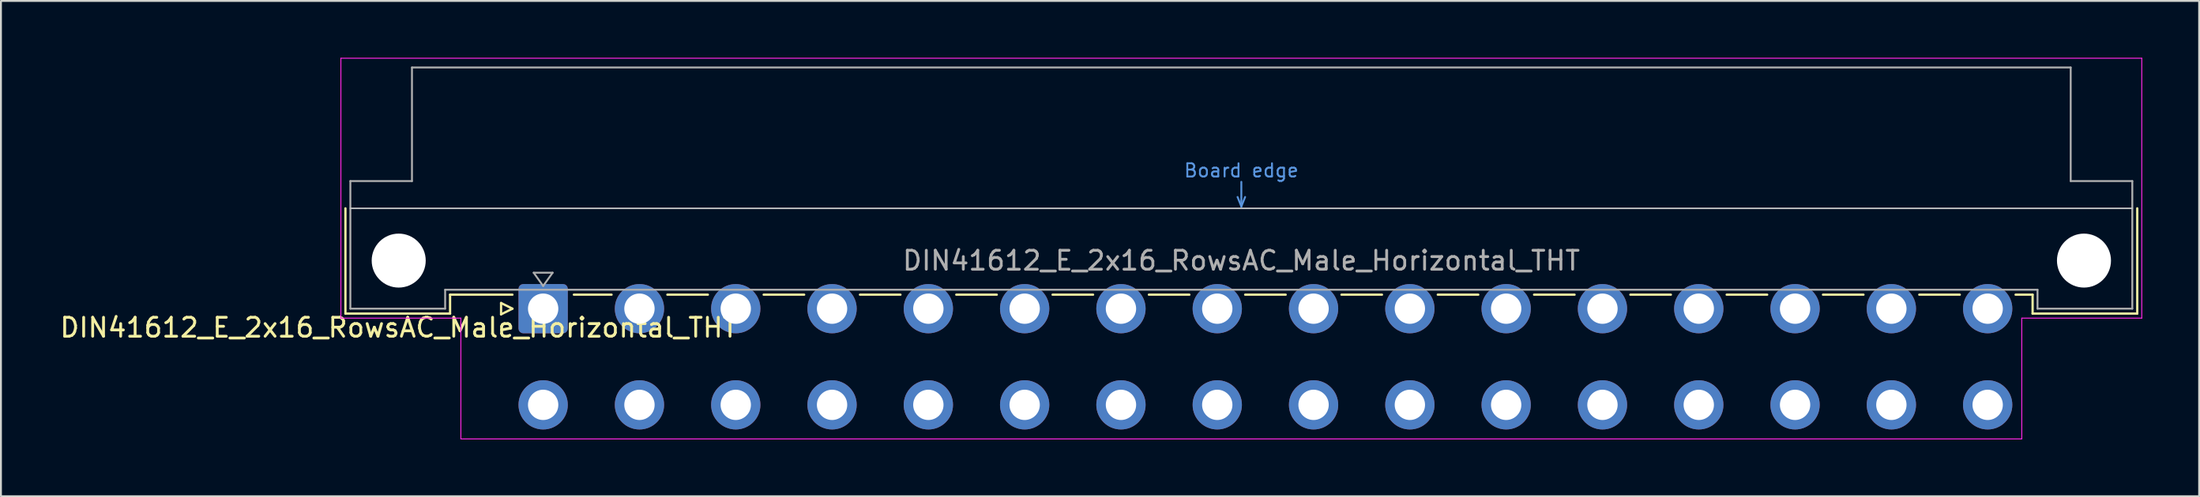
<source format=kicad_pcb>
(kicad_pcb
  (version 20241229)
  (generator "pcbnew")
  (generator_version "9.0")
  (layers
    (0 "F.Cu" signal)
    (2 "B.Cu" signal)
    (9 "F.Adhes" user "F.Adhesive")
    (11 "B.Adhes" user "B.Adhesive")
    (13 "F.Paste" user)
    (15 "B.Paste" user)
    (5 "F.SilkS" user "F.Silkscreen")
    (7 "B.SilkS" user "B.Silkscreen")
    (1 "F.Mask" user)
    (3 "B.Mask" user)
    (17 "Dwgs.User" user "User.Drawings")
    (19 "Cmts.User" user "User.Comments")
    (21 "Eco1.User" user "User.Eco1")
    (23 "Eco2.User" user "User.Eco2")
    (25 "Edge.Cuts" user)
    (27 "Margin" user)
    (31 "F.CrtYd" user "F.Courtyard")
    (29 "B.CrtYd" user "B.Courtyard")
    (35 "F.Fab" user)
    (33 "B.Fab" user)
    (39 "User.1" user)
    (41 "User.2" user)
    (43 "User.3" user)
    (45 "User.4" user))
  (footprint "DIN41612_E_2x16_RowsAC_Male_Horizontal_THT"
    (layer "F.Cu")
    (at 23.062 13.255)
    (property "Reference" "DIN41612_E_2x16_RowsAC_Male_Horizontal_THT" (at -5.08 1 0) (layer "F.SilkS") (effects (font (size 1 1) (thickness 0.15))))
    (attr through_hole)
    (fp_line (start -7.89 -5.3) (end -7.89 0.26) (stroke (width 0.12) (type solid)) (layer "F.SilkS"))
    (fp_line (start -7.89 0.26) (end -2.37 0.26) (stroke (width 0.12) (type solid)) (layer "F.SilkS"))
    (fp_line (start -2.371 -0.74) (end 0.92 -0.74) (stroke (width 0.12) (type solid)) (layer "F.SilkS"))
    (fp_line (start -2.37 0.26) (end -2.37 -0.74) (stroke (width 0.12) (type solid)) (layer "F.SilkS"))
    (fp_line (start 0.32 -0.3) (end 0.32 0.3) (stroke (width 0.12) (type solid)) (layer "F.SilkS"))
    (fp_line (start 0.32 0.3) (end 0.92 0) (stroke (width 0.12) (type solid)) (layer "F.SilkS"))
    (fp_line (start 0.92 0) (end 0.32 -0.3) (stroke (width 0.12) (type solid)) (layer "F.SilkS"))
    (fp_line (start 4.16 -0.74) (end 6.149 -0.74) (stroke (width 0.12) (type solid)) (layer "F.SilkS"))
    (fp_line (start 9.092 -0.74) (end 11.229 -0.74) (stroke (width 0.12) (type solid)) (layer "F.SilkS"))
    (fp_line (start 14.172 -0.74) (end 16.309 -0.74) (stroke (width 0.12) (type solid)) (layer "F.SilkS"))
    (fp_line (start 19.252 -0.74) (end 21.389 -0.74) (stroke (width 0.12) (type solid)) (layer "F.SilkS"))
    (fp_line (start 24.332 -0.74) (end 26.469 -0.74) (stroke (width 0.12) (type solid)) (layer "F.SilkS"))
    (fp_line (start 29.412 -0.74) (end 31.549 -0.74) (stroke (width 0.12) (type solid)) (layer "F.SilkS"))
    (fp_line (start 34.492 -0.74) (end 36.629 -0.74) (stroke (width 0.12) (type solid)) (layer "F.SilkS"))
    (fp_line (start 39.572 -0.74) (end 41.709 -0.74) (stroke (width 0.12) (type solid)) (layer "F.SilkS"))
    (fp_line (start 44.652 -0.74) (end 46.789 -0.74) (stroke (width 0.12) (type solid)) (layer "F.SilkS"))
    (fp_line (start 49.732 -0.74) (end 51.869 -0.74) (stroke (width 0.12) (type solid)) (layer "F.SilkS"))
    (fp_line (start 54.812 -0.74) (end 56.949 -0.74) (stroke (width 0.12) (type solid)) (layer "F.SilkS"))
    (fp_line (start 59.892 -0.74) (end 62.029 -0.74) (stroke (width 0.12) (type solid)) (layer "F.SilkS"))
    (fp_line (start 64.972 -0.74) (end 67.109 -0.74) (stroke (width 0.12) (type solid)) (layer "F.SilkS"))
    (fp_line (start 70.052 -0.74) (end 72.189 -0.74) (stroke (width 0.12) (type solid)) (layer "F.SilkS"))
    (fp_line (start 75.132 -0.74) (end 77.269 -0.74) (stroke (width 0.12) (type solid)) (layer "F.SilkS"))
    (fp_line (start 80.212 -0.74) (end 81.11 -0.74) (stroke (width 0.12) (type solid)) (layer "F.SilkS"))
    (fp_line (start 81.11 0.26) (end 81.11 -0.74) (stroke (width 0.12) (type solid)) (layer "F.SilkS"))
    (fp_line (start 86.63 -5.3) (end 86.63 0.26) (stroke (width 0.12) (type solid)) (layer "F.SilkS"))
    (fp_line (start 86.63 0.26) (end 81.11 0.26) (stroke (width 0.12) (type solid)) (layer "F.SilkS"))
    (fp_line (start -7.63 -5.3) (end 86.37 -5.3) (stroke (width 0.08) (type solid)) (layer "Dwgs.User"))
    (fp_line (start 39.17 -5.9) (end 39.37 -5.4) (stroke (width 0.1) (type solid)) (layer "Cmts.User"))
    (fp_line (start 39.37 -5.4) (end 39.37 -6.7) (stroke (width 0.1) (type solid)) (layer "Cmts.User"))
    (fp_line (start 39.37 -5.4) (end 39.57 -5.9) (stroke (width 0.1) (type solid)) (layer "Cmts.User"))
    (fp_line (start -8.13 -13.23) (end -8.13 0.5) (stroke (width 0.05) (type solid)) (layer "F.CrtYd"))
    (fp_line (start -8.13 0.5) (end -1.8 0.5) (stroke (width 0.05) (type solid)) (layer "F.CrtYd"))
    (fp_line (start -1.8 0.5) (end -1.8 6.88) (stroke (width 0.05) (type solid)) (layer "F.CrtYd"))
    (fp_line (start -1.8 6.88) (end 80.54 6.88) (stroke (width 0.05) (type solid)) (layer "F.CrtYd"))
    (fp_line (start 80.54 0.5) (end 86.87 0.5) (stroke (width 0.05) (type solid)) (layer "F.CrtYd"))
    (fp_line (start 80.54 6.88) (end 80.54 0.5) (stroke (width 0.05) (type solid)) (layer "F.CrtYd"))
    (fp_line (start 86.87 -13.23) (end -8.13 -13.23) (stroke (width 0.05) (type solid)) (layer "F.CrtYd"))
    (fp_line (start 86.87 0.5) (end 86.87 -13.23) (stroke (width 0.05) (type solid)) (layer "F.CrtYd"))
    (fp_line (start -7.63 -6.74) (end -7.63 0) (stroke (width 0.1) (type solid)) (layer "F.Fab"))
    (fp_line (start -7.63 0) (end -2.63 0) (stroke (width 0.1) (type solid)) (layer "F.Fab"))
    (fp_line (start -4.38 -12.74) (end -4.38 -6.74) (stroke (width 0.1) (type solid)) (layer "F.Fab"))
    (fp_line (start -4.38 -6.74) (end -7.63 -6.74) (stroke (width 0.1) (type solid)) (layer "F.Fab"))
    (fp_line (start -2.63 -1) (end 81.37 -1) (stroke (width 0.1) (type solid)) (layer "F.Fab"))
    (fp_line (start -2.63 0) (end -2.63 -1) (stroke (width 0.1) (type solid)) (layer "F.Fab"))
    (fp_line (start 2.04 -1.9) (end 3.04 -1.9) (stroke (width 0.1) (type solid)) (layer "F.Fab"))
    (fp_line (start 2.54 -1.2) (end 2.04 -1.9) (stroke (width 0.1) (type solid)) (layer "F.Fab"))
    (fp_line (start 3.04 -1.9) (end 2.54 -1.2) (stroke (width 0.1) (type solid)) (layer "F.Fab"))
    (fp_line (start 81.37 -1) (end 81.37 0) (stroke (width 0.1) (type solid)) (layer "F.Fab"))
    (fp_line (start 81.37 0) (end 86.37 0) (stroke (width 0.1) (type solid)) (layer "F.Fab"))
    (fp_line (start 83.12 -12.74) (end -4.38 -12.74) (stroke (width 0.1) (type solid)) (layer "F.Fab"))
    (fp_line (start 83.12 -6.74) (end 83.12 -12.74) (stroke (width 0.1) (type solid)) (layer "F.Fab"))
    (fp_line (start 86.37 -6.74) (end 83.12 -6.74) (stroke (width 0.1) (type solid)) (layer "F.Fab"))
    (fp_line (start 86.37 0) (end 86.37 -6.74) (stroke (width 0.1) (type solid)) (layer "F.Fab"))
    (fp_text user "Board edge" (at 39.37 -7.3 0) (layer "Cmts.User") (effects (font (size 0.7 0.7) (thickness 0.1))))
    (fp_text user "${REFERENCE}" (at 39.37 -2.54 0) (layer "F.Fab") (effects (font (size 1 1) (thickness 0.15))))
    (pad "" np_thru_hole circle (at -5.08 -2.54) (size 2.85 2.85) (drill 2.85) (layers "*.Cu" "*.Mask"))
    (pad "" np_thru_hole circle (at 83.82 -2.54) (size 2.85 2.85) (drill 2.85) (layers "*.Cu" "*.Mask"))
    (pad "a2" thru_hole roundrect (at 2.54 0) (size 2.6 2.6) (drill 1.6) (layers "*.Cu" "*.Mask") (roundrect_rratio 0.096))
    (pad "a4" thru_hole circle (at 7.62 0) (size 2.6 2.6) (drill 1.6) (layers "*.Cu" "*.Mask"))
    (pad "a6" thru_hole circle (at 12.7 0) (size 2.6 2.6) (drill 1.6) (layers "*.Cu" "*.Mask"))
    (pad "a8" thru_hole circle (at 17.78 0) (size 2.6 2.6) (drill 1.6) (layers "*.Cu" "*.Mask"))
    (pad "a10" thru_hole circle (at 22.86 0) (size 2.6 2.6) (drill 1.6) (layers "*.Cu" "*.Mask"))
    (pad "a12" thru_hole circle (at 27.94 0) (size 2.6 2.6) (drill 1.6) (layers "*.Cu" "*.Mask"))
    (pad "a14" thru_hole circle (at 33.02 0) (size 2.6 2.6) (drill 1.6) (layers "*.Cu" "*.Mask"))
    (pad "a16" thru_hole circle (at 38.1 0) (size 2.6 2.6) (drill 1.6) (layers "*.Cu" "*.Mask"))
    (pad "a18" thru_hole circle (at 43.18 0) (size 2.6 2.6) (drill 1.6) (layers "*.Cu" "*.Mask"))
    (pad "a20" thru_hole circle (at 48.26 0) (size 2.6 2.6) (drill 1.6) (layers "*.Cu" "*.Mask"))
    (pad "a22" thru_hole circle (at 53.34 0) (size 2.6 2.6) (drill 1.6) (layers "*.Cu" "*.Mask"))
    (pad "a24" thru_hole circle (at 58.42 0) (size 2.6 2.6) (drill 1.6) (layers "*.Cu" "*.Mask"))
    (pad "a26" thru_hole circle (at 63.5 0) (size 2.6 2.6) (drill 1.6) (layers "*.Cu" "*.Mask"))
    (pad "a28" thru_hole circle (at 68.58 0) (size 2.6 2.6) (drill 1.6) (layers "*.Cu" "*.Mask"))
    (pad "a30" thru_hole circle (at 73.66 0) (size 2.6 2.6) (drill 1.6) (layers "*.Cu" "*.Mask"))
    (pad "a32" thru_hole circle (at 78.74 0) (size 2.6 2.6) (drill 1.6) (layers "*.Cu" "*.Mask"))
    (pad "c2" thru_hole circle (at 2.54 5.08) (size 2.6 2.6) (drill 1.6) (layers "*.Cu" "*.Mask"))
    (pad "c4" thru_hole circle (at 7.62 5.08) (size 2.6 2.6) (drill 1.6) (layers "*.Cu" "*.Mask"))
    (pad "c6" thru_hole circle (at 12.7 5.08) (size 2.6 2.6) (drill 1.6) (layers "*.Cu" "*.Mask"))
    (pad "c8" thru_hole circle (at 17.78 5.08) (size 2.6 2.6) (drill 1.6) (layers "*.Cu" "*.Mask"))
    (pad "c10" thru_hole circle (at 22.86 5.08) (size 2.6 2.6) (drill 1.6) (layers "*.Cu" "*.Mask"))
    (pad "c12" thru_hole circle (at 27.94 5.08) (size 2.6 2.6) (drill 1.6) (layers "*.Cu" "*.Mask"))
    (pad "c14" thru_hole circle (at 33.02 5.08) (size 2.6 2.6) (drill 1.6) (layers "*.Cu" "*.Mask"))
    (pad "c16" thru_hole circle (at 38.1 5.08) (size 2.6 2.6) (drill 1.6) (layers "*.Cu" "*.Mask"))
    (pad "c18" thru_hole circle (at 43.18 5.08) (size 2.6 2.6) (drill 1.6) (layers "*.Cu" "*.Mask"))
    (pad "c20" thru_hole circle (at 48.26 5.08) (size 2.6 2.6) (drill 1.6) (layers "*.Cu" "*.Mask"))
    (pad "c22" thru_hole circle (at 53.34 5.08) (size 2.6 2.6) (drill 1.6) (layers "*.Cu" "*.Mask"))
    (pad "c24" thru_hole circle (at 58.42 5.08) (size 2.6 2.6) (drill 1.6) (layers "*.Cu" "*.Mask"))
    (pad "c26" thru_hole circle (at 63.5 5.08) (size 2.6 2.6) (drill 1.6) (layers "*.Cu" "*.Mask"))
    (pad "c28" thru_hole circle (at 68.58 5.08) (size 2.6 2.6) (drill 1.6) (layers "*.Cu" "*.Mask"))
    (pad "c30" thru_hole circle (at 73.66 5.08) (size 2.6 2.6) (drill 1.6) (layers "*.Cu" "*.Mask"))
    (pad "c32" thru_hole circle (at 78.74 5.08) (size 2.6 2.6) (drill 1.6) (layers "*.Cu" "*.Mask")))
  (gr_rect
    (start -3 -3)
    (end 112.957 23.16)
    (stroke (width 0.1) (type default))
    (fill no)
    (layer "Edge.Cuts")))
</source>
